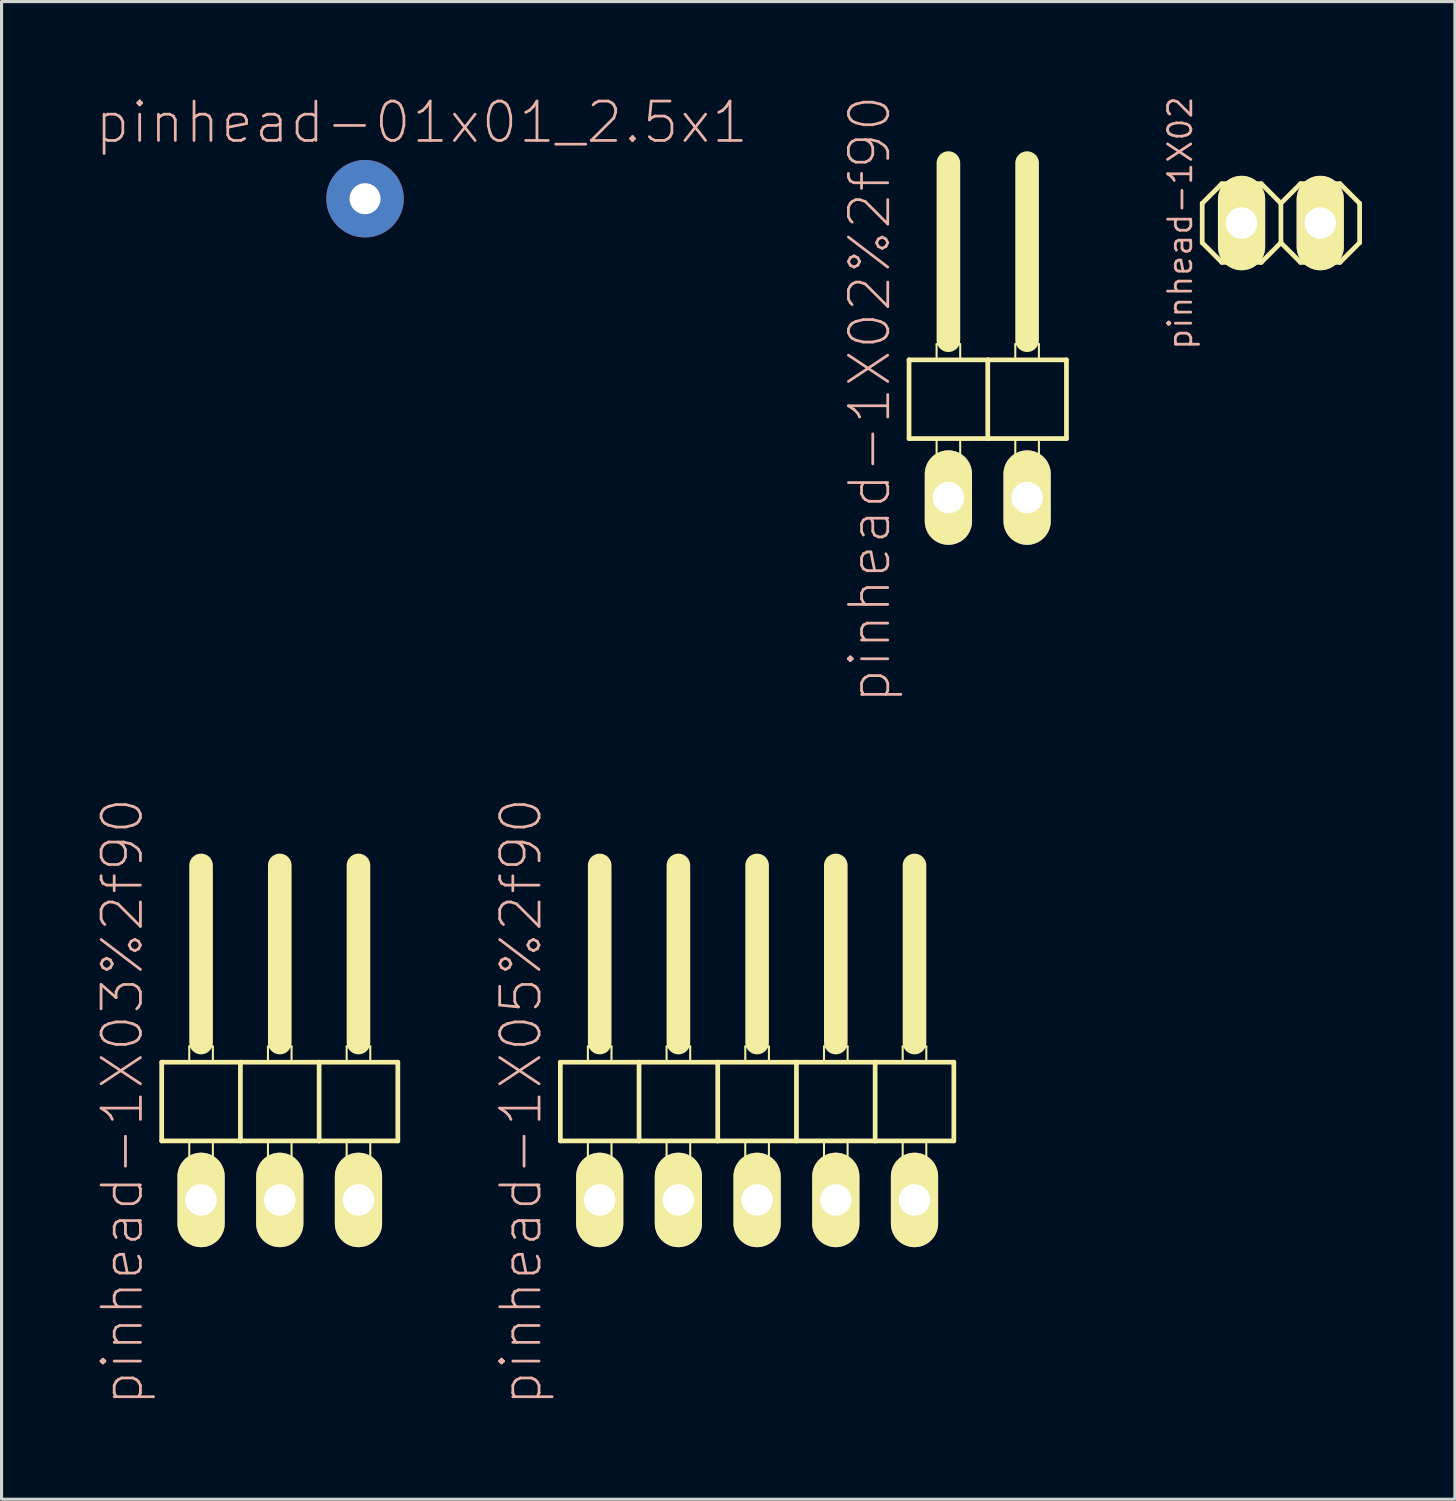
<source format=kicad_pcb>
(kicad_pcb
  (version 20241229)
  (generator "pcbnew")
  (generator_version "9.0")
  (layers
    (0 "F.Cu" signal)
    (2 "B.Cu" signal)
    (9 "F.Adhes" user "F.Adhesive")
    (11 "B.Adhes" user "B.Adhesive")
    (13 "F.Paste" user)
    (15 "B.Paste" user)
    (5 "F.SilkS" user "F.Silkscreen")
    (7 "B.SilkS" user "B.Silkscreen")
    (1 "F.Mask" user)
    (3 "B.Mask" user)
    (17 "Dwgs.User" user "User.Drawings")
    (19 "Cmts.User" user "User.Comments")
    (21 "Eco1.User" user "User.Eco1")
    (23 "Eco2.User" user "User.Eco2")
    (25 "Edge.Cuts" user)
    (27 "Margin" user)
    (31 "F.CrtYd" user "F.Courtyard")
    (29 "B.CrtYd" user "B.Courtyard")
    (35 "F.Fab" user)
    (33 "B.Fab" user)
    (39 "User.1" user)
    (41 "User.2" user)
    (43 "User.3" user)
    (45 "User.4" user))
  (footprint "pinhead-01x01_2.5x1"
    (layer "F.Cu")
    (at 8.731 3.363)
    (property "Reference" "pinhead-01x01_2.5x1" (at 1.829 -2.464 0) (layer "B.SilkS") (effects (font (size 1.27 1.27) (thickness 0.089))))
    (attr exclude_from_pos_files exclude_from_bom)
    (pad "1" thru_hole circle (at 0 0) (size 2.5 2.5) (drill 1) (layers "*.Cu" "*.Mask")))
  (footprint "pinhead-1X02%2f90"
    (layer "F.Cu")
    (at 28.828 9.199)
    (property "Reference" "pinhead-1X02%2f90" (at -3.81 0.635 90) (layer "B.SilkS") (effects (font (size 1.27 1.27) (thickness 0.089))))
    (attr exclude_from_pos_files exclude_from_bom)
    (fp_line (start -2.54 -0.635) (end -2.54 1.905) (stroke (width 0.152) (type solid)) (layer "F.SilkS"))
    (fp_line (start -2.54 1.905) (end 0 1.905) (stroke (width 0.152) (type solid)) (layer "F.SilkS"))
    (fp_line (start -1.651 -1.143) (end -0.889 -1.143) (stroke (width 0.066) (type solid)) (layer "F.SilkS"))
    (fp_line (start -1.651 -0.635) (end -1.651 -1.143) (stroke (width 0.066) (type solid)) (layer "F.SilkS"))
    (fp_line (start -1.651 -0.635) (end -0.889 -0.635) (stroke (width 0.066) (type solid)) (layer "F.SilkS"))
    (fp_line (start -1.651 1.905) (end -0.889 1.905) (stroke (width 0.066) (type solid)) (layer "F.SilkS"))
    (fp_line (start -1.651 2.921) (end -1.651 1.905) (stroke (width 0.066) (type solid)) (layer "F.SilkS"))
    (fp_line (start -1.651 2.921) (end -0.889 2.921) (stroke (width 0.066) (type solid)) (layer "F.SilkS"))
    (fp_line (start -1.27 -6.985) (end -1.27 -1.27) (stroke (width 0.762) (type solid)) (layer "F.SilkS"))
    (fp_line (start -0.889 -0.635) (end -0.889 -1.143) (stroke (width 0.066) (type solid)) (layer "F.SilkS"))
    (fp_line (start -0.889 2.921) (end -0.889 1.905) (stroke (width 0.066) (type solid)) (layer "F.SilkS"))
    (fp_line (start 0 -0.635) (end -2.54 -0.635) (stroke (width 0.152) (type solid)) (layer "F.SilkS"))
    (fp_line (start 0 1.905) (end 0 -0.635) (stroke (width 0.152) (type solid)) (layer "F.SilkS"))
    (fp_line (start 0 1.905) (end 2.54 1.905) (stroke (width 0.152) (type solid)) (layer "F.SilkS"))
    (fp_line (start 0.889 -1.143) (end 1.651 -1.143) (stroke (width 0.066) (type solid)) (layer "F.SilkS"))
    (fp_line (start 0.889 -0.635) (end 0.889 -1.143) (stroke (width 0.066) (type solid)) (layer "F.SilkS"))
    (fp_line (start 0.889 -0.635) (end 1.651 -0.635) (stroke (width 0.066) (type solid)) (layer "F.SilkS"))
    (fp_line (start 0.889 1.905) (end 1.651 1.905) (stroke (width 0.066) (type solid)) (layer "F.SilkS"))
    (fp_line (start 0.889 2.921) (end 0.889 1.905) (stroke (width 0.066) (type solid)) (layer "F.SilkS"))
    (fp_line (start 0.889 2.921) (end 1.651 2.921) (stroke (width 0.066) (type solid)) (layer "F.SilkS"))
    (fp_line (start 1.27 -6.985) (end 1.27 -1.27) (stroke (width 0.762) (type solid)) (layer "F.SilkS"))
    (fp_line (start 1.651 -0.635) (end 1.651 -1.143) (stroke (width 0.066) (type solid)) (layer "F.SilkS"))
    (fp_line (start 1.651 2.921) (end 1.651 1.905) (stroke (width 0.066) (type solid)) (layer "F.SilkS"))
    (fp_line (start 2.54 -0.635) (end 0 -0.635) (stroke (width 0.152) (type solid)) (layer "F.SilkS"))
    (fp_line (start 2.54 1.905) (end 2.54 -0.635) (stroke (width 0.152) (type solid)) (layer "F.SilkS"))
    (pad "1" thru_hole oval (at -1.27 3.81) (size 1.524 3.048) (drill 1.016) (layers "*.Cu" "F.Mask" "F.SilkS" "F.Paste"))
    (pad "2" thru_hole oval (at 1.27 3.81) (size 1.524 3.048) (drill 1.016) (layers "*.Cu" "F.Mask" "F.SilkS" "F.Paste")))
  (footprint "pinhead-1X02"
    (layer "F.Cu")
    (at 38.289 4.148)
    (property "Reference" "pinhead-1X02" (at -3.25 0 270) (layer "B.SilkS") (effects (font (size 0.75 0.75) (thickness 0.089))))
    (attr exclude_from_pos_files exclude_from_bom)
    (fp_line (start -2.54 -0.635) (end -2.54 0.635) (stroke (width 0.152) (type solid)) (layer "F.SilkS"))
    (fp_line (start -2.54 0.635) (end -1.905 1.27) (stroke (width 0.152) (type solid)) (layer "F.SilkS"))
    (fp_line (start -1.905 -1.27) (end -2.54 -0.635) (stroke (width 0.152) (type solid)) (layer "F.SilkS"))
    (fp_line (start -1.905 -1.27) (end -0.635 -1.27) (stroke (width 0.152) (type solid)) (layer "F.SilkS"))
    (fp_line (start -1.524 -0.254) (end -1.016 -0.254) (stroke (width 0.066) (type solid)) (layer "F.SilkS"))
    (fp_line (start -1.524 0.254) (end -1.524 -0.254) (stroke (width 0.066) (type solid)) (layer "F.SilkS"))
    (fp_line (start -1.524 0.254) (end -1.016 0.254) (stroke (width 0.066) (type solid)) (layer "F.SilkS"))
    (fp_line (start -1.016 0.254) (end -1.016 -0.254) (stroke (width 0.066) (type solid)) (layer "F.SilkS"))
    (fp_line (start -0.635 -1.27) (end 0 -0.635) (stroke (width 0.152) (type solid)) (layer "F.SilkS"))
    (fp_line (start -0.635 1.27) (end -1.905 1.27) (stroke (width 0.152) (type solid)) (layer "F.SilkS"))
    (fp_line (start 0 -0.635) (end 0 0.635) (stroke (width 0.152) (type solid)) (layer "F.SilkS"))
    (fp_line (start 0 -0.635) (end 0.635 -1.27) (stroke (width 0.152) (type solid)) (layer "F.SilkS"))
    (fp_line (start 0 0.635) (end -0.635 1.27) (stroke (width 0.152) (type solid)) (layer "F.SilkS"))
    (fp_line (start 0.635 -1.27) (end 1.905 -1.27) (stroke (width 0.152) (type solid)) (layer "F.SilkS"))
    (fp_line (start 0.635 1.27) (end 0 0.635) (stroke (width 0.152) (type solid)) (layer "F.SilkS"))
    (fp_line (start 1.016 -0.254) (end 1.524 -0.254) (stroke (width 0.066) (type solid)) (layer "F.SilkS"))
    (fp_line (start 1.016 0.254) (end 1.016 -0.254) (stroke (width 0.066) (type solid)) (layer "F.SilkS"))
    (fp_line (start 1.016 0.254) (end 1.524 0.254) (stroke (width 0.066) (type solid)) (layer "F.SilkS"))
    (fp_line (start 1.524 0.254) (end 1.524 -0.254) (stroke (width 0.066) (type solid)) (layer "F.SilkS"))
    (fp_line (start 1.905 -1.27) (end 2.54 -0.635) (stroke (width 0.152) (type solid)) (layer "F.SilkS"))
    (fp_line (start 1.905 1.27) (end 0.635 1.27) (stroke (width 0.152) (type solid)) (layer "F.SilkS"))
    (fp_line (start 2.54 -0.635) (end 2.54 0.635) (stroke (width 0.152) (type solid)) (layer "F.SilkS"))
    (fp_line (start 2.54 0.635) (end 1.905 1.27) (stroke (width 0.152) (type solid)) (layer "F.SilkS"))
    (pad "1" thru_hole oval (at -1.27 0) (size 1.524 3.048) (drill 1.016) (layers "*.Cu" "*.Mask" "F.SilkS" "F.Paste"))
    (pad "2" thru_hole oval (at 1.27 0) (size 1.524 3.048) (drill 1.016) (layers "*.Cu" "*.Mask" "F.SilkS" "F.Paste")))
  (footprint "pinhead-1X03%2f90"
    (layer "F.Cu")
    (at 5.979 31.866)
    (property "Reference" "pinhead-1X03%2f90" (at -5.08 0.635 90) (layer "B.SilkS") (effects (font (size 1.27 1.27) (thickness 0.089))))
    (attr exclude_from_pos_files exclude_from_bom)
    (fp_line (start -3.81 -0.635) (end -3.81 1.905) (stroke (width 0.152) (type solid)) (layer "F.SilkS"))
    (fp_line (start -3.81 1.905) (end -1.27 1.905) (stroke (width 0.152) (type solid)) (layer "F.SilkS"))
    (fp_line (start -2.921 -1.143) (end -2.159 -1.143) (stroke (width 0.066) (type solid)) (layer "F.SilkS"))
    (fp_line (start -2.921 -0.635) (end -2.921 -1.143) (stroke (width 0.066) (type solid)) (layer "F.SilkS"))
    (fp_line (start -2.921 -0.635) (end -2.159 -0.635) (stroke (width 0.066) (type solid)) (layer "F.SilkS"))
    (fp_line (start -2.921 1.905) (end -2.159 1.905) (stroke (width 0.066) (type solid)) (layer "F.SilkS"))
    (fp_line (start -2.921 2.921) (end -2.921 1.905) (stroke (width 0.066) (type solid)) (layer "F.SilkS"))
    (fp_line (start -2.921 2.921) (end -2.159 2.921) (stroke (width 0.066) (type solid)) (layer "F.SilkS"))
    (fp_line (start -2.54 -6.985) (end -2.54 -1.27) (stroke (width 0.762) (type solid)) (layer "F.SilkS"))
    (fp_line (start -2.159 -0.635) (end -2.159 -1.143) (stroke (width 0.066) (type solid)) (layer "F.SilkS"))
    (fp_line (start -2.159 2.921) (end -2.159 1.905) (stroke (width 0.066) (type solid)) (layer "F.SilkS"))
    (fp_line (start -1.27 -0.635) (end -3.81 -0.635) (stroke (width 0.152) (type solid)) (layer "F.SilkS"))
    (fp_line (start -1.27 1.905) (end -1.27 -0.635) (stroke (width 0.152) (type solid)) (layer "F.SilkS"))
    (fp_line (start -1.27 1.905) (end 1.27 1.905) (stroke (width 0.152) (type solid)) (layer "F.SilkS"))
    (fp_line (start -0.381 -1.143) (end 0.381 -1.143) (stroke (width 0.066) (type solid)) (layer "F.SilkS"))
    (fp_line (start -0.381 -0.635) (end -0.381 -1.143) (stroke (width 0.066) (type solid)) (layer "F.SilkS"))
    (fp_line (start -0.381 -0.635) (end 0.381 -0.635) (stroke (width 0.066) (type solid)) (layer "F.SilkS"))
    (fp_line (start -0.381 1.905) (end 0.381 1.905) (stroke (width 0.066) (type solid)) (layer "F.SilkS"))
    (fp_line (start -0.381 2.921) (end -0.381 1.905) (stroke (width 0.066) (type solid)) (layer "F.SilkS"))
    (fp_line (start -0.381 2.921) (end 0.381 2.921) (stroke (width 0.066) (type solid)) (layer "F.SilkS"))
    (fp_line (start 0 -6.985) (end 0 -1.27) (stroke (width 0.762) (type solid)) (layer "F.SilkS"))
    (fp_line (start 0.381 -0.635) (end 0.381 -1.143) (stroke (width 0.066) (type solid)) (layer "F.SilkS"))
    (fp_line (start 0.381 2.921) (end 0.381 1.905) (stroke (width 0.066) (type solid)) (layer "F.SilkS"))
    (fp_line (start 1.27 -0.635) (end -1.27 -0.635) (stroke (width 0.152) (type solid)) (layer "F.SilkS"))
    (fp_line (start 1.27 1.905) (end 1.27 -0.635) (stroke (width 0.152) (type solid)) (layer "F.SilkS"))
    (fp_line (start 1.27 1.905) (end 3.81 1.905) (stroke (width 0.152) (type solid)) (layer "F.SilkS"))
    (fp_line (start 2.159 -1.143) (end 2.921 -1.143) (stroke (width 0.066) (type solid)) (layer "F.SilkS"))
    (fp_line (start 2.159 -0.635) (end 2.159 -1.143) (stroke (width 0.066) (type solid)) (layer "F.SilkS"))
    (fp_line (start 2.159 -0.635) (end 2.921 -0.635) (stroke (width 0.066) (type solid)) (layer "F.SilkS"))
    (fp_line (start 2.159 1.905) (end 2.921 1.905) (stroke (width 0.066) (type solid)) (layer "F.SilkS"))
    (fp_line (start 2.159 2.921) (end 2.159 1.905) (stroke (width 0.066) (type solid)) (layer "F.SilkS"))
    (fp_line (start 2.159 2.921) (end 2.921 2.921) (stroke (width 0.066) (type solid)) (layer "F.SilkS"))
    (fp_line (start 2.54 -6.985) (end 2.54 -1.27) (stroke (width 0.762) (type solid)) (layer "F.SilkS"))
    (fp_line (start 2.921 -0.635) (end 2.921 -1.143) (stroke (width 0.066) (type solid)) (layer "F.SilkS"))
    (fp_line (start 2.921 2.921) (end 2.921 1.905) (stroke (width 0.066) (type solid)) (layer "F.SilkS"))
    (fp_line (start 3.81 -0.635) (end 1.27 -0.635) (stroke (width 0.152) (type solid)) (layer "F.SilkS"))
    (fp_line (start 3.81 1.905) (end 3.81 -0.635) (stroke (width 0.152) (type solid)) (layer "F.SilkS"))
    (pad "1" thru_hole oval (at -2.54 3.81) (size 1.524 3.048) (drill 1.016) (layers "*.Cu" "F.Mask" "F.SilkS" "F.Paste"))
    (pad "2" thru_hole oval (at 0 3.81) (size 1.524 3.048) (drill 1.016) (layers "*.Cu" "F.Mask" "F.SilkS" "F.Paste"))
    (pad "3" thru_hole oval (at 2.54 3.81) (size 1.524 3.048) (drill 1.016) (layers "*.Cu" "F.Mask" "F.SilkS" "F.Paste")))
  (footprint "pinhead-1X05%2f90"
    (layer "F.Cu")
    (at 21.384 31.866)
    (property "Reference" "pinhead-1X05%2f90" (at -7.62 0.635 90) (layer "B.SilkS") (effects (font (size 1.27 1.27) (thickness 0.089))))
    (attr exclude_from_pos_files exclude_from_bom)
    (fp_line (start -6.35 -0.635) (end -6.35 1.905) (stroke (width 0.152) (type solid)) (layer "F.SilkS"))
    (fp_line (start -6.35 1.905) (end -3.81 1.905) (stroke (width 0.152) (type solid)) (layer "F.SilkS"))
    (fp_line (start -5.461 -1.143) (end -4.699 -1.143) (stroke (width 0.066) (type solid)) (layer "F.SilkS"))
    (fp_line (start -5.461 -0.635) (end -5.461 -1.143) (stroke (width 0.066) (type solid)) (layer "F.SilkS"))
    (fp_line (start -5.461 -0.635) (end -4.699 -0.635) (stroke (width 0.066) (type solid)) (layer "F.SilkS"))
    (fp_line (start -5.461 1.905) (end -4.699 1.905) (stroke (width 0.066) (type solid)) (layer "F.SilkS"))
    (fp_line (start -5.461 2.921) (end -5.461 1.905) (stroke (width 0.066) (type solid)) (layer "F.SilkS"))
    (fp_line (start -5.461 2.921) (end -4.699 2.921) (stroke (width 0.066) (type solid)) (layer "F.SilkS"))
    (fp_line (start -5.08 -6.985) (end -5.08 -1.27) (stroke (width 0.762) (type solid)) (layer "F.SilkS"))
    (fp_line (start -4.699 -0.635) (end -4.699 -1.143) (stroke (width 0.066) (type solid)) (layer "F.SilkS"))
    (fp_line (start -4.699 2.921) (end -4.699 1.905) (stroke (width 0.066) (type solid)) (layer "F.SilkS"))
    (fp_line (start -3.81 -0.635) (end -6.35 -0.635) (stroke (width 0.152) (type solid)) (layer "F.SilkS"))
    (fp_line (start -3.81 1.905) (end -3.81 -0.635) (stroke (width 0.152) (type solid)) (layer "F.SilkS"))
    (fp_line (start -3.81 1.905) (end -1.27 1.905) (stroke (width 0.152) (type solid)) (layer "F.SilkS"))
    (fp_line (start -2.921 -1.143) (end -2.159 -1.143) (stroke (width 0.066) (type solid)) (layer "F.SilkS"))
    (fp_line (start -2.921 -0.635) (end -2.921 -1.143) (stroke (width 0.066) (type solid)) (layer "F.SilkS"))
    (fp_line (start -2.921 -0.635) (end -2.159 -0.635) (stroke (width 0.066) (type solid)) (layer "F.SilkS"))
    (fp_line (start -2.921 1.905) (end -2.159 1.905) (stroke (width 0.066) (type solid)) (layer "F.SilkS"))
    (fp_line (start -2.921 2.921) (end -2.921 1.905) (stroke (width 0.066) (type solid)) (layer "F.SilkS"))
    (fp_line (start -2.921 2.921) (end -2.159 2.921) (stroke (width 0.066) (type solid)) (layer "F.SilkS"))
    (fp_line (start -2.54 -6.985) (end -2.54 -1.27) (stroke (width 0.762) (type solid)) (layer "F.SilkS"))
    (fp_line (start -2.159 -0.635) (end -2.159 -1.143) (stroke (width 0.066) (type solid)) (layer "F.SilkS"))
    (fp_line (start -2.159 2.921) (end -2.159 1.905) (stroke (width 0.066) (type solid)) (layer "F.SilkS"))
    (fp_line (start -1.27 -0.635) (end -3.81 -0.635) (stroke (width 0.152) (type solid)) (layer "F.SilkS"))
    (fp_line (start -1.27 1.905) (end -1.27 -0.635) (stroke (width 0.152) (type solid)) (layer "F.SilkS"))
    (fp_line (start -1.27 1.905) (end 1.27 1.905) (stroke (width 0.152) (type solid)) (layer "F.SilkS"))
    (fp_line (start -0.381 -1.143) (end 0.381 -1.143) (stroke (width 0.066) (type solid)) (layer "F.SilkS"))
    (fp_line (start -0.381 -0.635) (end -0.381 -1.143) (stroke (width 0.066) (type solid)) (layer "F.SilkS"))
    (fp_line (start -0.381 -0.635) (end 0.381 -0.635) (stroke (width 0.066) (type solid)) (layer "F.SilkS"))
    (fp_line (start -0.381 1.905) (end 0.381 1.905) (stroke (width 0.066) (type solid)) (layer "F.SilkS"))
    (fp_line (start -0.381 2.921) (end -0.381 1.905) (stroke (width 0.066) (type solid)) (layer "F.SilkS"))
    (fp_line (start -0.381 2.921) (end 0.381 2.921) (stroke (width 0.066) (type solid)) (layer "F.SilkS"))
    (fp_line (start 0 -6.985) (end 0 -1.27) (stroke (width 0.762) (type solid)) (layer "F.SilkS"))
    (fp_line (start 0.381 -0.635) (end 0.381 -1.143) (stroke (width 0.066) (type solid)) (layer "F.SilkS"))
    (fp_line (start 0.381 2.921) (end 0.381 1.905) (stroke (width 0.066) (type solid)) (layer "F.SilkS"))
    (fp_line (start 1.27 -0.635) (end -1.27 -0.635) (stroke (width 0.152) (type solid)) (layer "F.SilkS"))
    (fp_line (start 1.27 1.905) (end 1.27 -0.635) (stroke (width 0.152) (type solid)) (layer "F.SilkS"))
    (fp_line (start 1.27 1.905) (end 3.81 1.905) (stroke (width 0.152) (type solid)) (layer "F.SilkS"))
    (fp_line (start 2.159 -1.143) (end 2.921 -1.143) (stroke (width 0.066) (type solid)) (layer "F.SilkS"))
    (fp_line (start 2.159 -0.635) (end 2.159 -1.143) (stroke (width 0.066) (type solid)) (layer "F.SilkS"))
    (fp_line (start 2.159 -0.635) (end 2.921 -0.635) (stroke (width 0.066) (type solid)) (layer "F.SilkS"))
    (fp_line (start 2.159 1.905) (end 2.921 1.905) (stroke (width 0.066) (type solid)) (layer "F.SilkS"))
    (fp_line (start 2.159 2.921) (end 2.159 1.905) (stroke (width 0.066) (type solid)) (layer "F.SilkS"))
    (fp_line (start 2.159 2.921) (end 2.921 2.921) (stroke (width 0.066) (type solid)) (layer "F.SilkS"))
    (fp_line (start 2.54 -6.985) (end 2.54 -1.27) (stroke (width 0.762) (type solid)) (layer "F.SilkS"))
    (fp_line (start 2.921 -0.635) (end 2.921 -1.143) (stroke (width 0.066) (type solid)) (layer "F.SilkS"))
    (fp_line (start 2.921 2.921) (end 2.921 1.905) (stroke (width 0.066) (type solid)) (layer "F.SilkS"))
    (fp_line (start 3.81 -0.635) (end 1.27 -0.635) (stroke (width 0.152) (type solid)) (layer "F.SilkS"))
    (fp_line (start 3.81 1.905) (end 3.81 -0.635) (stroke (width 0.152) (type solid)) (layer "F.SilkS"))
    (fp_line (start 3.81 1.905) (end 6.35 1.905) (stroke (width 0.152) (type solid)) (layer "F.SilkS"))
    (fp_line (start 4.699 -1.143) (end 5.461 -1.143) (stroke (width 0.066) (type solid)) (layer "F.SilkS"))
    (fp_line (start 4.699 -0.635) (end 4.699 -1.143) (stroke (width 0.066) (type solid)) (layer "F.SilkS"))
    (fp_line (start 4.699 -0.635) (end 5.461 -0.635) (stroke (width 0.066) (type solid)) (layer "F.SilkS"))
    (fp_line (start 4.699 1.905) (end 5.461 1.905) (stroke (width 0.066) (type solid)) (layer "F.SilkS"))
    (fp_line (start 4.699 2.921) (end 4.699 1.905) (stroke (width 0.066) (type solid)) (layer "F.SilkS"))
    (fp_line (start 4.699 2.921) (end 5.461 2.921) (stroke (width 0.066) (type solid)) (layer "F.SilkS"))
    (fp_line (start 5.08 -6.985) (end 5.08 -1.27) (stroke (width 0.762) (type solid)) (layer "F.SilkS"))
    (fp_line (start 5.461 -0.635) (end 5.461 -1.143) (stroke (width 0.066) (type solid)) (layer "F.SilkS"))
    (fp_line (start 5.461 2.921) (end 5.461 1.905) (stroke (width 0.066) (type solid)) (layer "F.SilkS"))
    (fp_line (start 6.35 -0.635) (end 3.81 -0.635) (stroke (width 0.152) (type solid)) (layer "F.SilkS"))
    (fp_line (start 6.35 1.905) (end 6.35 -0.635) (stroke (width 0.152) (type solid)) (layer "F.SilkS"))
    (pad "1" thru_hole oval (at -5.08 3.81) (size 1.524 3.048) (drill 1.016) (layers "*.Cu" "F.Mask" "F.SilkS" "F.Paste"))
    (pad "2" thru_hole oval (at -2.54 3.81) (size 1.524 3.048) (drill 1.016) (layers "*.Cu" "F.Mask" "F.SilkS" "F.Paste"))
    (pad "3" thru_hole oval (at 0 3.81) (size 1.524 3.048) (drill 1.016) (layers "*.Cu" "F.Mask" "F.SilkS" "F.Paste"))
    (pad "4" thru_hole oval (at 2.54 3.81) (size 1.524 3.048) (drill 1.016) (layers "*.Cu" "F.Mask" "F.SilkS" "F.Paste"))
    (pad "5" thru_hole oval (at 5.08 3.81) (size 1.524 3.048) (drill 1.016) (layers "*.Cu" "F.Mask" "F.SilkS" "F.Paste")))
  (gr_rect
    (start -3 -3)
    (end 43.905 45.335)
    (stroke (width 0.1) (type default))
    (fill no)
    (layer "Edge.Cuts")))
</source>
